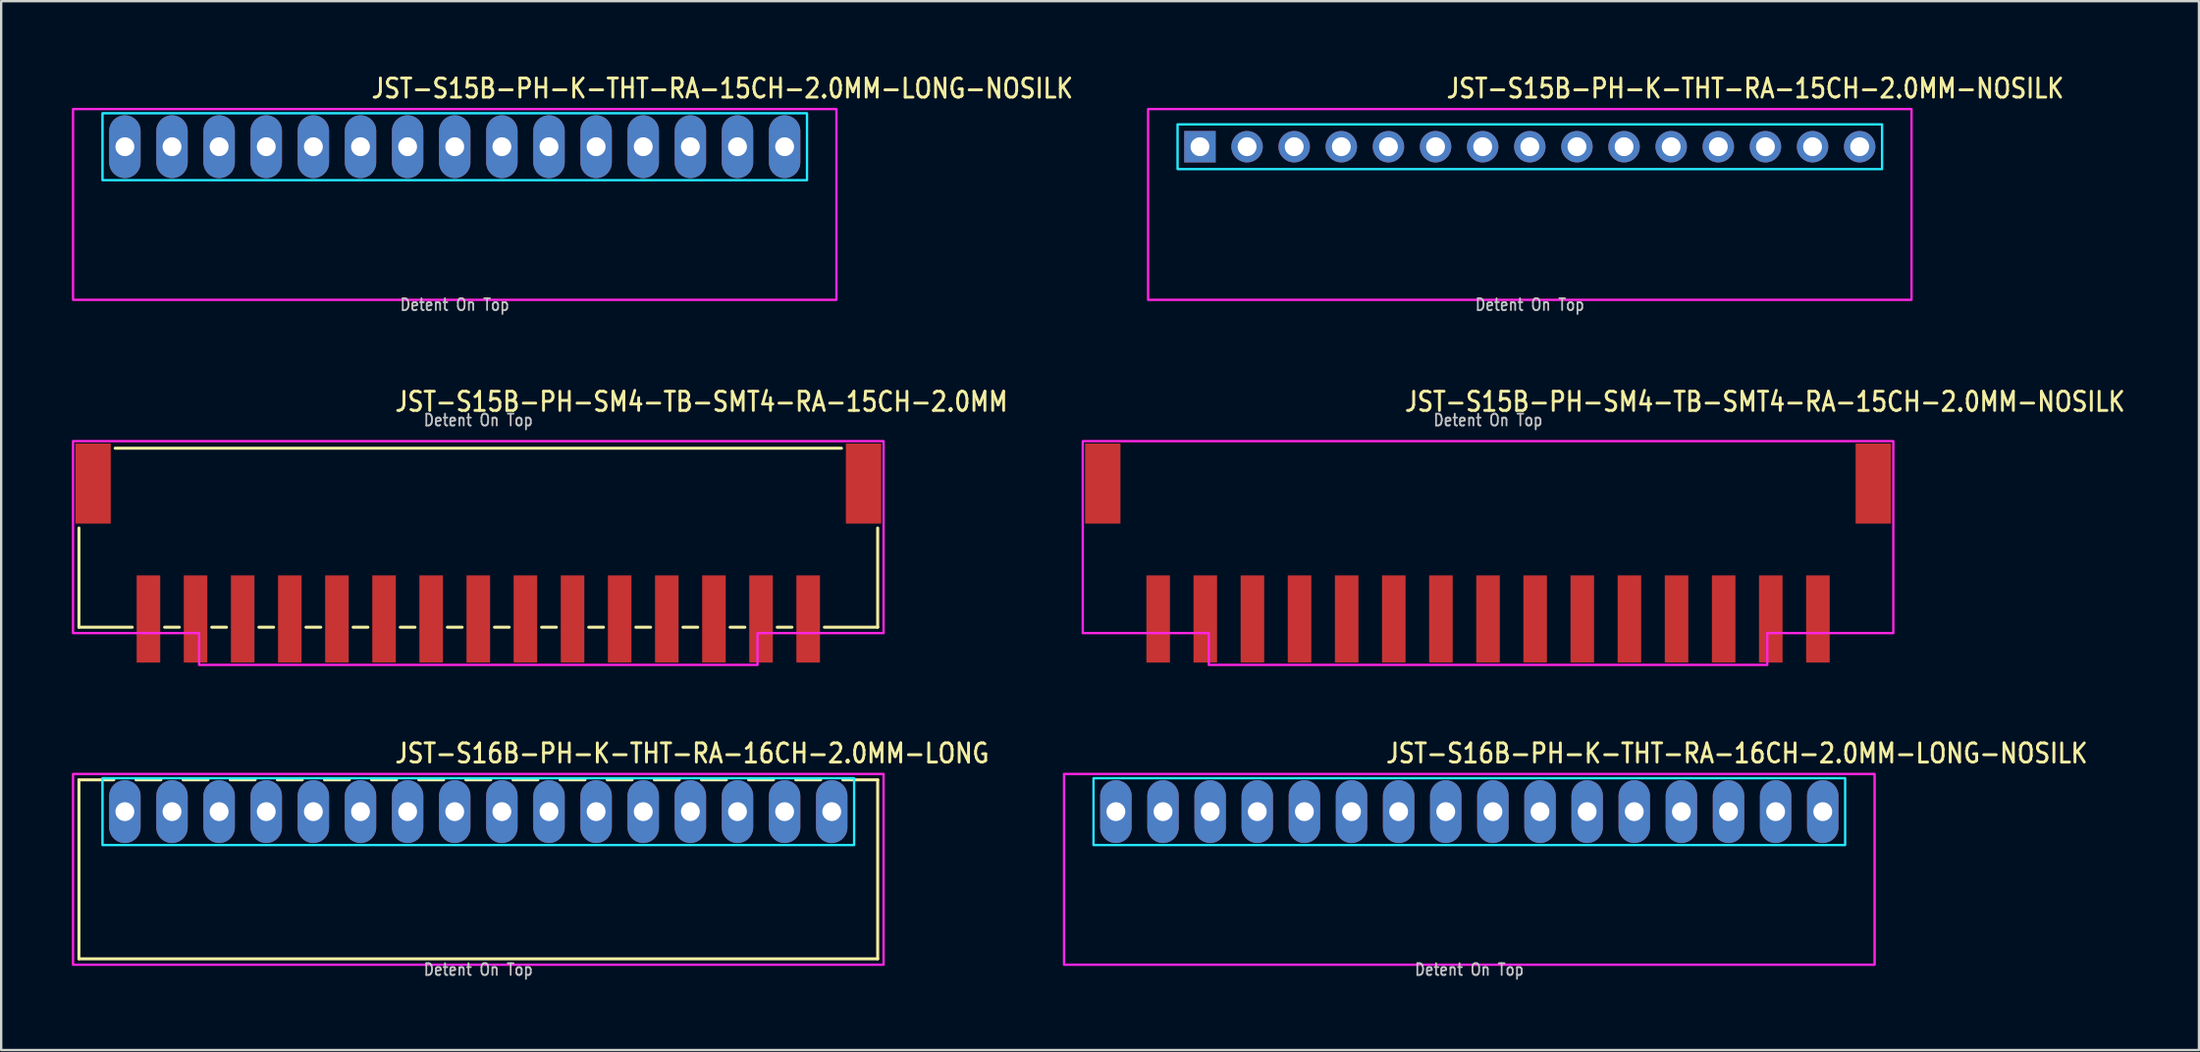
<source format=kicad_pcb>
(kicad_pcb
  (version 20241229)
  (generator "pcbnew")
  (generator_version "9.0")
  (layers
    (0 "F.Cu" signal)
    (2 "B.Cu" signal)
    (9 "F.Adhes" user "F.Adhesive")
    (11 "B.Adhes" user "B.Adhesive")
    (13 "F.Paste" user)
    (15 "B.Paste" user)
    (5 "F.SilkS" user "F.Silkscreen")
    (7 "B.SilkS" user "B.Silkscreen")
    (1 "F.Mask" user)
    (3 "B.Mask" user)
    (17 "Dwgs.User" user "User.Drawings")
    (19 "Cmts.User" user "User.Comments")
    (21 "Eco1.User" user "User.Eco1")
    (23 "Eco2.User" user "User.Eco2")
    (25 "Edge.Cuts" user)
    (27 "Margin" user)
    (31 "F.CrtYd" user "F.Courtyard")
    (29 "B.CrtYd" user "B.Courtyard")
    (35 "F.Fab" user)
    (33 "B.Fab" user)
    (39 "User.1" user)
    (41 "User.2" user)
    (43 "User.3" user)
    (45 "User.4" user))
  (footprint "JST-S16B-PH-K-THT-RA-16CH-2.0MM-LONG"
    (layer "F.Cu")
    (at 17.25 31.409)
    (property "Reference" "JST-S16B-PH-K-THT-RA-16CH-2.0MM-LONG" (at -3.6 -2 0) (unlocked yes) (layer "F.SilkS") (effects (font (size 0.813 0.695) (thickness 0.122)) (justify left bottom)))
    (fp_line (start -16.95 -1.35) (end -15.471 -1.35) (stroke (width 0.127) (type solid)) (layer "F.SilkS"))
    (fp_line (start -16.95 6.25) (end -16.95 -1.35) (stroke (width 0.127) (type solid)) (layer "F.SilkS"))
    (fp_line (start -16.95 6.25) (end 16.95 6.25) (stroke (width 0.127) (type solid)) (layer "F.SilkS"))
    (fp_line (start -14.529 -1.35) (end -13.471 -1.35) (stroke (width 0.127) (type solid)) (layer "F.SilkS"))
    (fp_line (start -12.529 -1.35) (end -11.471 -1.35) (stroke (width 0.127) (type solid)) (layer "F.SilkS"))
    (fp_line (start -10.529 -1.35) (end -9.471 -1.35) (stroke (width 0.127) (type solid)) (layer "F.SilkS"))
    (fp_line (start -8.529 -1.35) (end -7.471 -1.35) (stroke (width 0.127) (type solid)) (layer "F.SilkS"))
    (fp_line (start -6.529 -1.35) (end -5.471 -1.35) (stroke (width 0.127) (type solid)) (layer "F.SilkS"))
    (fp_line (start -4.529 -1.35) (end -3.471 -1.35) (stroke (width 0.127) (type solid)) (layer "F.SilkS"))
    (fp_line (start -2.529 -1.35) (end -1.471 -1.35) (stroke (width 0.127) (type solid)) (layer "F.SilkS"))
    (fp_line (start -0.529 -1.35) (end 0.529 -1.35) (stroke (width 0.127) (type solid)) (layer "F.SilkS"))
    (fp_line (start 1.471 -1.35) (end 2.529 -1.35) (stroke (width 0.127) (type solid)) (layer "F.SilkS"))
    (fp_line (start 3.471 -1.35) (end 4.529 -1.35) (stroke (width 0.127) (type solid)) (layer "F.SilkS"))
    (fp_line (start 5.471 -1.35) (end 6.529 -1.35) (stroke (width 0.127) (type solid)) (layer "F.SilkS"))
    (fp_line (start 7.471 -1.35) (end 8.529 -1.35) (stroke (width 0.127) (type solid)) (layer "F.SilkS"))
    (fp_line (start 9.471 -1.35) (end 10.529 -1.35) (stroke (width 0.127) (type solid)) (layer "F.SilkS"))
    (fp_line (start 11.471 -1.35) (end 12.529 -1.35) (stroke (width 0.127) (type solid)) (layer "F.SilkS"))
    (fp_line (start 13.471 -1.35) (end 14.529 -1.35) (stroke (width 0.127) (type solid)) (layer "F.SilkS"))
    (fp_line (start 15.471 -1.35) (end 16.95 -1.35) (stroke (width 0.127) (type solid)) (layer "F.SilkS"))
    (fp_line (start 16.95 -1.35) (end 16.95 6.25) (stroke (width 0.127) (type solid)) (layer "F.SilkS"))
    (fp_poly (pts (xy -15.95 -1.42) (xy -15.95 1.42) (xy 15.95 1.42) (xy 15.95 -1.42)) (stroke (width 0.1) (type solid)) (fill no) (layer "B.CrtYd"))
    (fp_poly (pts (xy -17.2 -1.6) (xy -17.2 6.5) (xy 17.2 6.5) (xy 17.2 -1.6)) (stroke (width 0.1) (type solid)) (fill no) (layer "F.CrtYd"))
    (fp_text user "Detent On Top" (at 0 7 0) (unlocked yes) (layer "Dwgs.User") (effects (font (size 0.5 0.427) (thickness 0.075)) (justify bottom)))
    (pad "1" thru_hole oval (at -15 0 90) (size 2.667 1.333) (drill 0.8) (layers "*.Cu" "*.Mask"))
    (pad "2" thru_hole oval (at -13 0 90) (size 2.667 1.333) (drill 0.8) (layers "*.Cu" "*.Mask"))
    (pad "3" thru_hole oval (at -11 0 90) (size 2.667 1.333) (drill 0.8) (layers "*.Cu" "*.Mask"))
    (pad "4" thru_hole oval (at -9 0 90) (size 2.667 1.333) (drill 0.8) (layers "*.Cu" "*.Mask"))
    (pad "5" thru_hole oval (at -7 0 90) (size 2.667 1.333) (drill 0.8) (layers "*.Cu" "*.Mask"))
    (pad "6" thru_hole oval (at -5 0 90) (size 2.667 1.333) (drill 0.8) (layers "*.Cu" "*.Mask"))
    (pad "7" thru_hole oval (at -3 0 90) (size 2.667 1.333) (drill 0.8) (layers "*.Cu" "*.Mask"))
    (pad "8" thru_hole oval (at -1 0 90) (size 2.667 1.333) (drill 0.8) (layers "*.Cu" "*.Mask"))
    (pad "9" thru_hole oval (at 1 0 90) (size 2.667 1.333) (drill 0.8) (layers "*.Cu" "*.Mask"))
    (pad "10" thru_hole oval (at 3 0 90) (size 2.667 1.333) (drill 0.8) (layers "*.Cu" "*.Mask"))
    (pad "11" thru_hole oval (at 5 0 90) (size 2.667 1.333) (drill 0.8) (layers "*.Cu" "*.Mask"))
    (pad "12" thru_hole oval (at 7 0 90) (size 2.667 1.333) (drill 0.8) (layers "*.Cu" "*.Mask"))
    (pad "13" thru_hole oval (at 9 0 90) (size 2.667 1.333) (drill 0.8) (layers "*.Cu" "*.Mask"))
    (pad "14" thru_hole oval (at 11 0 90) (size 2.667 1.333) (drill 0.8) (layers "*.Cu" "*.Mask"))
    (pad "15" thru_hole oval (at 13 0 90) (size 2.667 1.333) (drill 0.8) (layers "*.Cu" "*.Mask"))
    (pad "16" thru_hole oval (at 15 0 90) (size 2.667 1.333) (drill 0.8) (layers "*.Cu" "*.Mask")))
  (footprint "JST-S15B-PH-SM4-TB-SMT4-RA-15CH-2.0MM"
    (layer "F.Cu")
    (at 17.25 17.48)
    (property "Reference" "JST-S15B-PH-SM4-TB-SMT4-RA-15CH-2.0MM" (at -3.6 -3 0) (unlocked yes) (layer "F.SilkS") (effects (font (size 0.813 0.695) (thickness 0.122)) (justify left bottom)))
    (fp_line (start -16.95 6.1) (end -16.95 1.887) (stroke (width 0.127) (type solid)) (layer "F.SilkS"))
    (fp_line (start -16.95 6.1) (end -14.687 6.1) (stroke (width 0.127) (type solid)) (layer "F.SilkS"))
    (fp_line (start -15.414 -1.5) (end 15.414 -1.5) (stroke (width 0.127) (type solid)) (layer "F.SilkS"))
    (fp_line (start -13.313 6.1) (end -12.687 6.1) (stroke (width 0.127) (type solid)) (layer "F.SilkS"))
    (fp_line (start -11.313 6.1) (end -10.687 6.1) (stroke (width 0.127) (type solid)) (layer "F.SilkS"))
    (fp_line (start -9.313 6.1) (end -8.687 6.1) (stroke (width 0.127) (type solid)) (layer "F.SilkS"))
    (fp_line (start -7.314 6.1) (end -6.686 6.1) (stroke (width 0.127) (type solid)) (layer "F.SilkS"))
    (fp_line (start -5.314 6.1) (end -4.686 6.1) (stroke (width 0.127) (type solid)) (layer "F.SilkS"))
    (fp_line (start -3.313 6.1) (end -2.687 6.1) (stroke (width 0.127) (type solid)) (layer "F.SilkS"))
    (fp_line (start -1.313 6.1) (end -0.686 6.1) (stroke (width 0.127) (type solid)) (layer "F.SilkS"))
    (fp_line (start 0.686 6.1) (end 1.313 6.1) (stroke (width 0.127) (type solid)) (layer "F.SilkS"))
    (fp_line (start 2.687 6.1) (end 3.313 6.1) (stroke (width 0.127) (type solid)) (layer "F.SilkS"))
    (fp_line (start 4.686 6.1) (end 5.314 6.1) (stroke (width 0.127) (type solid)) (layer "F.SilkS"))
    (fp_line (start 6.686 6.1) (end 7.314 6.1) (stroke (width 0.127) (type solid)) (layer "F.SilkS"))
    (fp_line (start 8.687 6.1) (end 9.313 6.1) (stroke (width 0.127) (type solid)) (layer "F.SilkS"))
    (fp_line (start 10.687 6.1) (end 11.313 6.1) (stroke (width 0.127) (type solid)) (layer "F.SilkS"))
    (fp_line (start 12.687 6.1) (end 13.313 6.1) (stroke (width 0.127) (type solid)) (layer "F.SilkS"))
    (fp_line (start 14.687 6.1) (end 16.95 6.1) (stroke (width 0.127) (type solid)) (layer "F.SilkS"))
    (fp_line (start 16.95 1.887) (end 16.95 6.1) (stroke (width 0.127) (type solid)) (layer "F.SilkS"))
    (fp_poly (pts (xy -17.2 -1.8) (xy -17.2 6.35) (xy -11.85 6.35) (xy -11.85 7.7) (xy 11.85 7.7) (xy 11.85 6.35) (xy 17.2 6.35) (xy 17.2 -1.8)) (stroke (width 0.1) (type solid)) (fill no) (layer "F.CrtYd"))
    (fp_text user "Detent On Top" (at 0 -2.4 0) (unlocked yes) (layer "Dwgs.User") (effects (font (size 0.5 0.427) (thickness 0.075)) (justify bottom)))
    (pad "1" smd rect (at 14 5.75) (size 1 3.7) (layers "F.Cu" "F.Mask" "F.Paste"))
    (pad "2" smd rect (at 12 5.75) (size 1 3.7) (layers "F.Cu" "F.Mask" "F.Paste"))
    (pad "3" smd rect (at 10 5.75) (size 1 3.7) (layers "F.Cu" "F.Mask" "F.Paste"))
    (pad "4" smd rect (at 8 5.75) (size 1 3.7) (layers "F.Cu" "F.Mask" "F.Paste"))
    (pad "5" smd rect (at 6 5.75) (size 1 3.7) (layers "F.Cu" "F.Mask" "F.Paste"))
    (pad "6" smd rect (at 4 5.75) (size 1 3.7) (layers "F.Cu" "F.Mask" "F.Paste"))
    (pad "7" smd rect (at 2 5.75) (size 1 3.7) (layers "F.Cu" "F.Mask" "F.Paste"))
    (pad "8" smd rect (at 0 5.75) (size 1 3.7) (layers "F.Cu" "F.Mask" "F.Paste"))
    (pad "9" smd rect (at -2 5.75) (size 1 3.7) (layers "F.Cu" "F.Mask" "F.Paste"))
    (pad "10" smd rect (at -4 5.75) (size 1 3.7) (layers "F.Cu" "F.Mask" "F.Paste"))
    (pad "11" smd rect (at -6 5.75) (size 1 3.7) (layers "F.Cu" "F.Mask" "F.Paste"))
    (pad "12" smd rect (at -8 5.75) (size 1 3.7) (layers "F.Cu" "F.Mask" "F.Paste"))
    (pad "13" smd rect (at -10 5.75) (size 1 3.7) (layers "F.Cu" "F.Mask" "F.Paste"))
    (pad "14" smd rect (at -12 5.75) (size 1 3.7) (layers "F.Cu" "F.Mask" "F.Paste"))
    (pad "15" smd rect (at -14 5.75) (size 1 3.7) (layers "F.Cu" "F.Mask" "F.Paste"))
    (pad "S_1" smd rect (at -16.35 0) (size 1.5 3.4) (layers "F.Cu" "F.Mask" "F.Paste"))
    (pad "S_2" smd rect (at 16.35 0) (size 1.5 3.4) (layers "F.Cu" "F.Mask" "F.Paste")))
  (footprint "JST-S15B-PH-K-THT-RA-15CH-2.0MM-NOSILK"
    (layer "F.Cu")
    (at 61.877 3.179)
    (property "Reference" "JST-S15B-PH-K-THT-RA-15CH-2.0MM-NOSILK" (at -3.6 -2 0) (unlocked yes) (layer "F.SilkS") (effects (font (size 0.813 0.695) (thickness 0.122)) (justify left bottom)))
    (fp_poly (pts (xy -14.95 -0.95) (xy -14.95 0.95) (xy 14.95 0.95) (xy 14.95 -0.95)) (stroke (width 0.1) (type solid)) (fill no) (layer "B.CrtYd"))
    (fp_poly (pts (xy -16.2 -1.6) (xy -16.2 6.5) (xy 16.2 6.5) (xy 16.2 -1.6)) (stroke (width 0.1) (type solid)) (fill no) (layer "F.CrtYd"))
    (fp_text user "Detent On Top" (at 0 7 0) (unlocked yes) (layer "Dwgs.User") (effects (font (size 0.5 0.427) (thickness 0.075)) (justify bottom)))
    (pad "1" thru_hole rect (at -14 0) (size 1.333 1.333) (drill 0.8) (layers "*.Cu" "*.Mask"))
    (pad "2" thru_hole oval (at -12 0) (size 1.333 1.333) (drill 0.8) (layers "*.Cu" "*.Mask"))
    (pad "3" thru_hole oval (at -10 0) (size 1.333 1.333) (drill 0.8) (layers "*.Cu" "*.Mask"))
    (pad "4" thru_hole oval (at -8 0) (size 1.333 1.333) (drill 0.8) (layers "*.Cu" "*.Mask"))
    (pad "5" thru_hole oval (at -6 0) (size 1.333 1.333) (drill 0.8) (layers "*.Cu" "*.Mask"))
    (pad "6" thru_hole oval (at -4 0) (size 1.333 1.333) (drill 0.8) (layers "*.Cu" "*.Mask"))
    (pad "7" thru_hole oval (at -2 0) (size 1.333 1.333) (drill 0.8) (layers "*.Cu" "*.Mask"))
    (pad "8" thru_hole oval (at 0 0) (size 1.333 1.333) (drill 0.8) (layers "*.Cu" "*.Mask"))
    (pad "9" thru_hole oval (at 2 0) (size 1.333 1.333) (drill 0.8) (layers "*.Cu" "*.Mask"))
    (pad "10" thru_hole oval (at 4 0) (size 1.333 1.333) (drill 0.8) (layers "*.Cu" "*.Mask"))
    (pad "11" thru_hole oval (at 6 0) (size 1.333 1.333) (drill 0.8) (layers "*.Cu" "*.Mask"))
    (pad "12" thru_hole oval (at 8 0) (size 1.333 1.333) (drill 0.8) (layers "*.Cu" "*.Mask"))
    (pad "13" thru_hole oval (at 10 0) (size 1.333 1.333) (drill 0.8) (layers "*.Cu" "*.Mask"))
    (pad "14" thru_hole oval (at 12 0) (size 1.333 1.333) (drill 0.8) (layers "*.Cu" "*.Mask"))
    (pad "15" thru_hole oval (at 14 0) (size 1.333 1.333) (drill 0.8) (layers "*.Cu" "*.Mask")))
  (footprint "JST-S16B-PH-K-THT-RA-16CH-2.0MM-LONG-NOSILK"
    (layer "F.Cu")
    (at 59.31 31.409)
    (property "Reference" "JST-S16B-PH-K-THT-RA-16CH-2.0MM-LONG-NOSILK" (at -3.6 -2 0) (unlocked yes) (layer "F.SilkS") (effects (font (size 0.813 0.695) (thickness 0.122)) (justify left bottom)))
    (fp_poly (pts (xy -15.95 -1.42) (xy -15.95 1.42) (xy 15.95 1.42) (xy 15.95 -1.42)) (stroke (width 0.1) (type solid)) (fill no) (layer "B.CrtYd"))
    (fp_poly (pts (xy -17.2 -1.6) (xy -17.2 6.5) (xy 17.2 6.5) (xy 17.2 -1.6)) (stroke (width 0.1) (type solid)) (fill no) (layer "F.CrtYd"))
    (fp_text user "Detent On Top" (at 0 7 0) (unlocked yes) (layer "Dwgs.User") (effects (font (size 0.5 0.427) (thickness 0.075)) (justify bottom)))
    (pad "1" thru_hole oval (at -15 0 90) (size 2.667 1.333) (drill 0.8) (layers "*.Cu" "*.Mask"))
    (pad "2" thru_hole oval (at -13 0 90) (size 2.667 1.333) (drill 0.8) (layers "*.Cu" "*.Mask"))
    (pad "3" thru_hole oval (at -11 0 90) (size 2.667 1.333) (drill 0.8) (layers "*.Cu" "*.Mask"))
    (pad "4" thru_hole oval (at -9 0 90) (size 2.667 1.333) (drill 0.8) (layers "*.Cu" "*.Mask"))
    (pad "5" thru_hole oval (at -7 0 90) (size 2.667 1.333) (drill 0.8) (layers "*.Cu" "*.Mask"))
    (pad "6" thru_hole oval (at -5 0 90) (size 2.667 1.333) (drill 0.8) (layers "*.Cu" "*.Mask"))
    (pad "7" thru_hole oval (at -3 0 90) (size 2.667 1.333) (drill 0.8) (layers "*.Cu" "*.Mask"))
    (pad "8" thru_hole oval (at -1 0 90) (size 2.667 1.333) (drill 0.8) (layers "*.Cu" "*.Mask"))
    (pad "9" thru_hole oval (at 1 0 90) (size 2.667 1.333) (drill 0.8) (layers "*.Cu" "*.Mask"))
    (pad "10" thru_hole oval (at 3 0 90) (size 2.667 1.333) (drill 0.8) (layers "*.Cu" "*.Mask"))
    (pad "11" thru_hole oval (at 5 0 90) (size 2.667 1.333) (drill 0.8) (layers "*.Cu" "*.Mask"))
    (pad "12" thru_hole oval (at 7 0 90) (size 2.667 1.333) (drill 0.8) (layers "*.Cu" "*.Mask"))
    (pad "13" thru_hole oval (at 9 0 90) (size 2.667 1.333) (drill 0.8) (layers "*.Cu" "*.Mask"))
    (pad "14" thru_hole oval (at 11 0 90) (size 2.667 1.333) (drill 0.8) (layers "*.Cu" "*.Mask"))
    (pad "15" thru_hole oval (at 13 0 90) (size 2.667 1.333) (drill 0.8) (layers "*.Cu" "*.Mask"))
    (pad "16" thru_hole oval (at 15 0 90) (size 2.667 1.333) (drill 0.8) (layers "*.Cu" "*.Mask")))
  (footprint "JST-S15B-PH-SM4-TB-SMT4-RA-15CH-2.0MM-NOSILK"
    (layer "F.Cu")
    (at 60.104 17.48)
    (property "Reference" "JST-S15B-PH-SM4-TB-SMT4-RA-15CH-2.0MM-NOSILK" (at -3.6 -3 0) (unlocked yes) (layer "F.SilkS") (effects (font (size 0.813 0.695) (thickness 0.122)) (justify left bottom)))
    (fp_poly (pts (xy -17.2 -1.8) (xy -17.2 6.35) (xy -11.85 6.35) (xy -11.85 7.7) (xy 11.85 7.7) (xy 11.85 6.35) (xy 17.2 6.35) (xy 17.2 -1.8)) (stroke (width 0.1) (type solid)) (fill no) (layer "F.CrtYd"))
    (fp_text user "Detent On Top" (at 0 -2.4 0) (unlocked yes) (layer "Dwgs.User") (effects (font (size 0.5 0.427) (thickness 0.075)) (justify bottom)))
    (pad "1" smd rect (at 14 5.75) (size 1 3.7) (layers "F.Cu" "F.Mask" "F.Paste"))
    (pad "2" smd rect (at 12 5.75) (size 1 3.7) (layers "F.Cu" "F.Mask" "F.Paste"))
    (pad "3" smd rect (at 10 5.75) (size 1 3.7) (layers "F.Cu" "F.Mask" "F.Paste"))
    (pad "4" smd rect (at 8 5.75) (size 1 3.7) (layers "F.Cu" "F.Mask" "F.Paste"))
    (pad "5" smd rect (at 6 5.75) (size 1 3.7) (layers "F.Cu" "F.Mask" "F.Paste"))
    (pad "6" smd rect (at 4 5.75) (size 1 3.7) (layers "F.Cu" "F.Mask" "F.Paste"))
    (pad "7" smd rect (at 2 5.75) (size 1 3.7) (layers "F.Cu" "F.Mask" "F.Paste"))
    (pad "8" smd rect (at 0 5.75) (size 1 3.7) (layers "F.Cu" "F.Mask" "F.Paste"))
    (pad "9" smd rect (at -2 5.75) (size 1 3.7) (layers "F.Cu" "F.Mask" "F.Paste"))
    (pad "10" smd rect (at -4 5.75) (size 1 3.7) (layers "F.Cu" "F.Mask" "F.Paste"))
    (pad "11" smd rect (at -6 5.75) (size 1 3.7) (layers "F.Cu" "F.Mask" "F.Paste"))
    (pad "12" smd rect (at -8 5.75) (size 1 3.7) (layers "F.Cu" "F.Mask" "F.Paste"))
    (pad "13" smd rect (at -10 5.75) (size 1 3.7) (layers "F.Cu" "F.Mask" "F.Paste"))
    (pad "14" smd rect (at -12 5.75) (size 1 3.7) (layers "F.Cu" "F.Mask" "F.Paste"))
    (pad "15" smd rect (at -14 5.75) (size 1 3.7) (layers "F.Cu" "F.Mask" "F.Paste"))
    (pad "S_1" smd rect (at -16.35 0) (size 1.5 3.4) (layers "F.Cu" "F.Mask" "F.Paste"))
    (pad "S_2" smd rect (at 16.35 0) (size 1.5 3.4) (layers "F.Cu" "F.Mask" "F.Paste")))
  (footprint "JST-S15B-PH-K-THT-RA-15CH-2.0MM-LONG-NOSILK"
    (layer "F.Cu")
    (at 16.25 3.179)
    (property "Reference" "JST-S15B-PH-K-THT-RA-15CH-2.0MM-LONG-NOSILK" (at -3.6 -2 0) (unlocked yes) (layer "F.SilkS") (effects (font (size 0.813 0.695) (thickness 0.122)) (justify left bottom)))
    (fp_poly (pts (xy -14.95 -1.42) (xy -14.95 1.42) (xy 14.95 1.42) (xy 14.95 -1.42)) (stroke (width 0.1) (type solid)) (fill no) (layer "B.CrtYd"))
    (fp_poly (pts (xy -16.2 -1.6) (xy -16.2 6.5) (xy 16.2 6.5) (xy 16.2 -1.6)) (stroke (width 0.1) (type solid)) (fill no) (layer "F.CrtYd"))
    (fp_text user "Detent On Top" (at 0 7 0) (unlocked yes) (layer "Dwgs.User") (effects (font (size 0.5 0.427) (thickness 0.075)) (justify bottom)))
    (pad "1" thru_hole oval (at -14 0 90) (size 2.667 1.333) (drill 0.8) (layers "*.Cu" "*.Mask"))
    (pad "2" thru_hole oval (at -12 0 90) (size 2.667 1.333) (drill 0.8) (layers "*.Cu" "*.Mask"))
    (pad "3" thru_hole oval (at -10 0 90) (size 2.667 1.333) (drill 0.8) (layers "*.Cu" "*.Mask"))
    (pad "4" thru_hole oval (at -8 0 90) (size 2.667 1.333) (drill 0.8) (layers "*.Cu" "*.Mask"))
    (pad "5" thru_hole oval (at -6 0 90) (size 2.667 1.333) (drill 0.8) (layers "*.Cu" "*.Mask"))
    (pad "6" thru_hole oval (at -4 0 90) (size 2.667 1.333) (drill 0.8) (layers "*.Cu" "*.Mask"))
    (pad "7" thru_hole oval (at -2 0 90) (size 2.667 1.333) (drill 0.8) (layers "*.Cu" "*.Mask"))
    (pad "8" thru_hole oval (at 0 0 90) (size 2.667 1.333) (drill 0.8) (layers "*.Cu" "*.Mask"))
    (pad "9" thru_hole oval (at 2 0 90) (size 2.667 1.333) (drill 0.8) (layers "*.Cu" "*.Mask"))
    (pad "10" thru_hole oval (at 4 0 90) (size 2.667 1.333) (drill 0.8) (layers "*.Cu" "*.Mask"))
    (pad "11" thru_hole oval (at 6 0 90) (size 2.667 1.333) (drill 0.8) (layers "*.Cu" "*.Mask"))
    (pad "12" thru_hole oval (at 8 0 90) (size 2.667 1.333) (drill 0.8) (layers "*.Cu" "*.Mask"))
    (pad "13" thru_hole oval (at 10 0 90) (size 2.667 1.333) (drill 0.8) (layers "*.Cu" "*.Mask"))
    (pad "14" thru_hole oval (at 12 0 90) (size 2.667 1.333) (drill 0.8) (layers "*.Cu" "*.Mask"))
    (pad "15" thru_hole oval (at 14 0 90) (size 2.667 1.333) (drill 0.8) (layers "*.Cu" "*.Mask")))
  (gr_rect
    (start -3 -3)
    (end 90.276 41.532)
    (stroke (width 0.1) (type default))
    (fill no)
    (layer "Edge.Cuts")))
</source>
